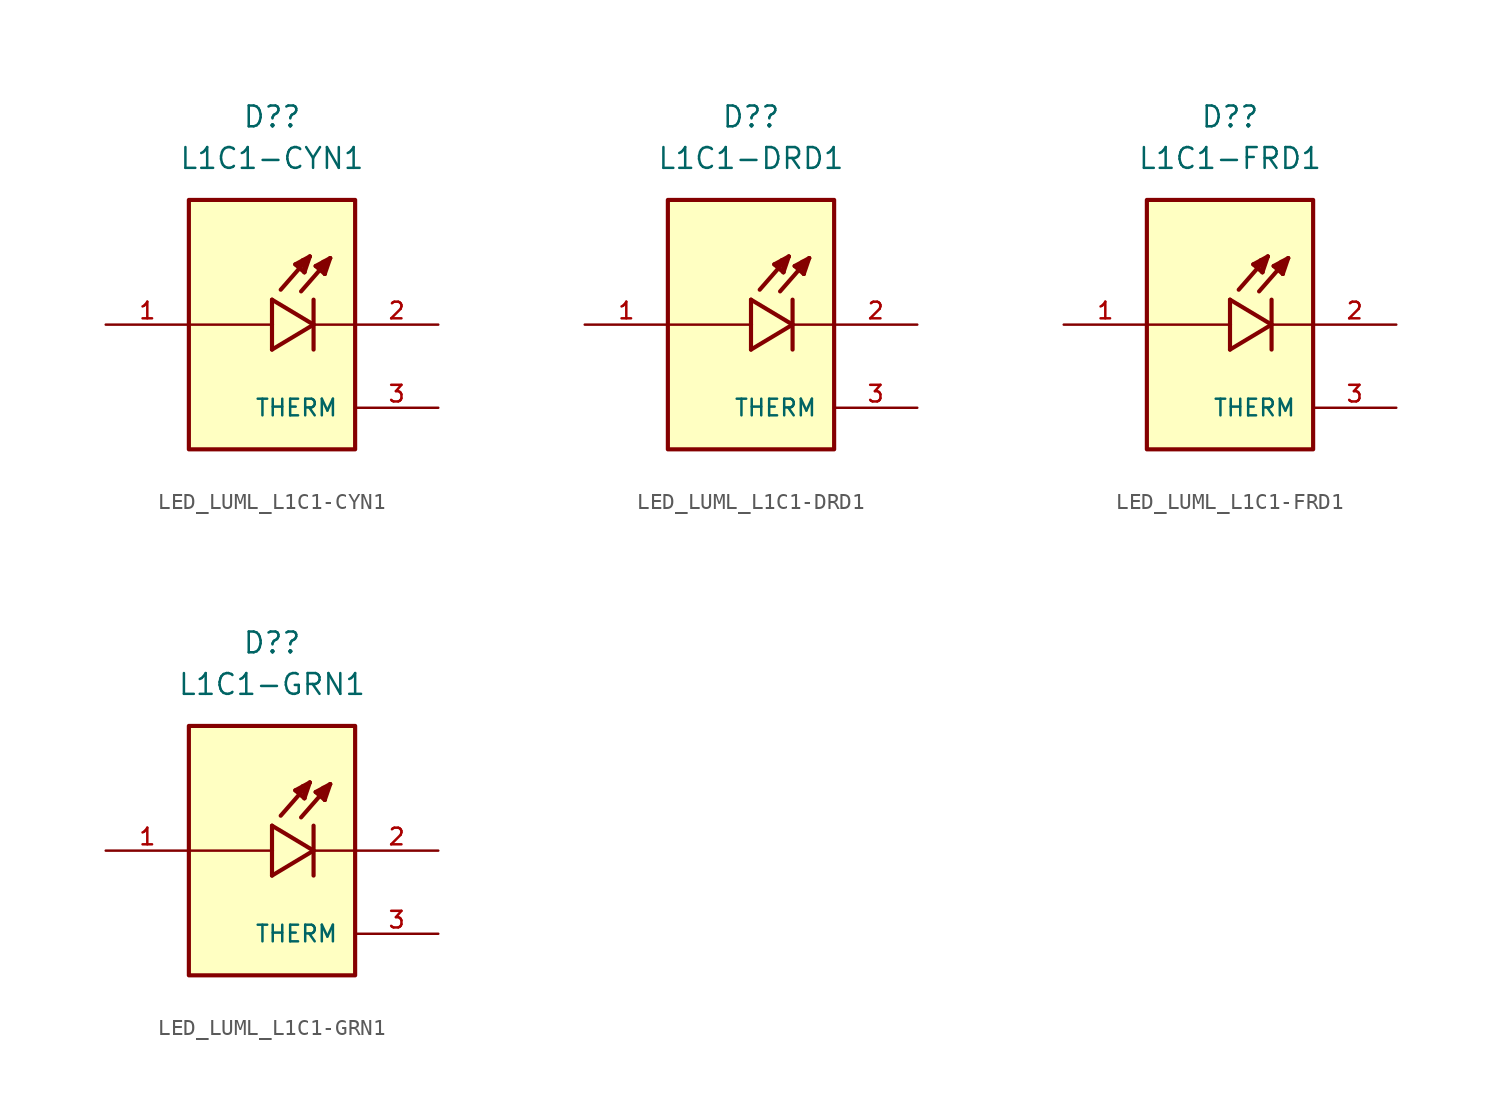
<source format=kicad_sym>
(kicad_symbol_lib
  (version 20231120)
  (generator "kicad_symbol_editor")
  (generator_version "8.0")
  (symbol "LED_LUML_L1C1-CYN1"
    (pin_names
      (offset 1.016))
    (property "Reference" "D?"
      (at 0 12.7 0)
      (effects (font (size 1.27 1.27))))
    (property "Value" "L1C1-CYN1"
      (at 0 10.16 0)
      (effects (font (size 1.27 1.27))))
    (symbol "LED_LUML_L1C1-CYN1_0_0"
      (rectangle (start -5.08 -7.62) (end 5.08 7.62) (stroke (width 0.254) (type default)) (fill (type background)))
      (polyline (pts (xy 0 -1.524) (xy 2.54 0)) (stroke (width 0.254) (type default)) (fill (type none)))
      (polyline (pts (xy 0 0) (xy -5.08 0)) (stroke (width 0.152) (type default)) (fill (type none)))
      (polyline (pts (xy 0 0) (xy 0 -1.524)) (stroke (width 0.254) (type default)) (fill (type none)))
      (polyline (pts (xy 0 1.524) (xy 0 0)) (stroke (width 0.254) (type default)) (fill (type none)))
      (polyline (pts (xy 1.422 3.683) (xy 2.311 4.166)) (stroke (width 0.254) (type default)) (fill (type none)))
      (polyline (pts (xy 1.6 3.607) (xy 1.829 3.759)) (stroke (width 0.254) (type default)) (fill (type none)))
      (polyline (pts (xy 1.981 3.2) (xy 1.422 3.683)) (stroke (width 0.254) (type default)) (fill (type none)))
      (polyline (pts (xy 1.981 3.2) (xy 2.007 3.937)) (stroke (width 0.254) (type default)) (fill (type none)))
      (polyline (pts (xy 2.007 3.937) (xy 1.88 3.937)) (stroke (width 0.254) (type default)) (fill (type none)))
      (polyline (pts (xy 2.311 4.166) (xy 0.533 2.134)) (stroke (width 0.254) (type default)) (fill (type none)))
      (polyline (pts (xy 2.311 4.166) (xy 1.981 3.2)) (stroke (width 0.254) (type default)) (fill (type none)))
      (polyline (pts (xy 2.54 0) (xy 0 1.524)) (stroke (width 0.254) (type default)) (fill (type none)))
      (polyline (pts (xy 2.54 0) (xy 2.54 -1.524)) (stroke (width 0.254) (type default)) (fill (type none)))
      (polyline (pts (xy 2.54 1.524) (xy 2.54 0)) (stroke (width 0.254) (type default)) (fill (type none)))
      (polyline (pts (xy 2.667 3.581) (xy 3.556 4.064)) (stroke (width 0.254) (type default)) (fill (type none)))
      (polyline (pts (xy 2.845 3.505) (xy 3.073 3.658)) (stroke (width 0.254) (type default)) (fill (type none)))
      (polyline (pts (xy 3.226 3.099) (xy 2.667 3.581)) (stroke (width 0.254) (type default)) (fill (type none)))
      (polyline (pts (xy 3.226 3.099) (xy 3.251 3.835)) (stroke (width 0.254) (type default)) (fill (type none)))
      (polyline (pts (xy 3.251 3.835) (xy 3.124 3.835)) (stroke (width 0.254) (type default)) (fill (type none)))
      (polyline (pts (xy 3.556 4.064) (xy 1.778 2.032)) (stroke (width 0.254) (type default)) (fill (type none)))
      (polyline (pts (xy 3.556 4.064) (xy 3.226 3.099)) (stroke (width 0.254) (type default)) (fill (type none)))
      (polyline (pts (xy 5.08 0) (xy 2.54 0)) (stroke (width 0.152) (type default)) (fill (type none)))
      (pin passive line (at 10.16 -5.08 180) (length 5.08) (name "THERM" (effects (font (size 1.016 1.016)))) (number "3" (effects (font (size 1.016 1.016))))))
    (symbol "LED_LUML_L1C1-CYN1_1_0"
      (pin passive line (at -10.16 0 0) (length 5.08) (name "~" (effects (font (size 1.016 1.016)))) (number "1" (effects (font (size 1.016 1.016)))))
      (pin passive line (at 10.16 0 180) (length 5.08) (name "~" (effects (font (size 1.016 1.016)))) (number "2" (effects (font (size 1.016 1.016)))))))
  (symbol "LED_LUML_L1C1-DRD1"
    (pin_names
      (offset 1.016))
    (property "Reference" "D?"
      (at 0 12.7 0)
      (effects (font (size 1.27 1.27))))
    (property "Value" "L1C1-DRD1"
      (at 0 10.16 0)
      (effects (font (size 1.27 1.27))))
    (symbol "LED_LUML_L1C1-DRD1_0_0"
      (rectangle (start -5.08 -7.62) (end 5.08 7.62) (stroke (width 0.254) (type default)) (fill (type background)))
      (polyline (pts (xy 0 -1.524) (xy 2.54 0)) (stroke (width 0.254) (type default)) (fill (type none)))
      (polyline (pts (xy 0 0) (xy -5.08 0)) (stroke (width 0.152) (type default)) (fill (type none)))
      (polyline (pts (xy 0 0) (xy 0 -1.524)) (stroke (width 0.254) (type default)) (fill (type none)))
      (polyline (pts (xy 0 1.524) (xy 0 0)) (stroke (width 0.254) (type default)) (fill (type none)))
      (polyline (pts (xy 1.422 3.683) (xy 2.311 4.166)) (stroke (width 0.254) (type default)) (fill (type none)))
      (polyline (pts (xy 1.6 3.607) (xy 1.829 3.759)) (stroke (width 0.254) (type default)) (fill (type none)))
      (polyline (pts (xy 1.981 3.2) (xy 1.422 3.683)) (stroke (width 0.254) (type default)) (fill (type none)))
      (polyline (pts (xy 1.981 3.2) (xy 2.007 3.937)) (stroke (width 0.254) (type default)) (fill (type none)))
      (polyline (pts (xy 2.007 3.937) (xy 1.88 3.937)) (stroke (width 0.254) (type default)) (fill (type none)))
      (polyline (pts (xy 2.311 4.166) (xy 0.533 2.134)) (stroke (width 0.254) (type default)) (fill (type none)))
      (polyline (pts (xy 2.311 4.166) (xy 1.981 3.2)) (stroke (width 0.254) (type default)) (fill (type none)))
      (polyline (pts (xy 2.54 0) (xy 0 1.524)) (stroke (width 0.254) (type default)) (fill (type none)))
      (polyline (pts (xy 2.54 0) (xy 2.54 -1.524)) (stroke (width 0.254) (type default)) (fill (type none)))
      (polyline (pts (xy 2.54 1.524) (xy 2.54 0)) (stroke (width 0.254) (type default)) (fill (type none)))
      (polyline (pts (xy 2.667 3.581) (xy 3.556 4.064)) (stroke (width 0.254) (type default)) (fill (type none)))
      (polyline (pts (xy 2.845 3.505) (xy 3.073 3.658)) (stroke (width 0.254) (type default)) (fill (type none)))
      (polyline (pts (xy 3.226 3.099) (xy 2.667 3.581)) (stroke (width 0.254) (type default)) (fill (type none)))
      (polyline (pts (xy 3.226 3.099) (xy 3.251 3.835)) (stroke (width 0.254) (type default)) (fill (type none)))
      (polyline (pts (xy 3.251 3.835) (xy 3.124 3.835)) (stroke (width 0.254) (type default)) (fill (type none)))
      (polyline (pts (xy 3.556 4.064) (xy 1.778 2.032)) (stroke (width 0.254) (type default)) (fill (type none)))
      (polyline (pts (xy 3.556 4.064) (xy 3.226 3.099)) (stroke (width 0.254) (type default)) (fill (type none)))
      (polyline (pts (xy 5.08 0) (xy 2.54 0)) (stroke (width 0.152) (type default)) (fill (type none)))
      (pin passive line (at 10.16 -5.08 180) (length 5.08) (name "THERM" (effects (font (size 1.016 1.016)))) (number "3" (effects (font (size 1.016 1.016))))))
    (symbol "LED_LUML_L1C1-DRD1_1_0"
      (pin passive line (at -10.16 0 0) (length 5.08) (name "~" (effects (font (size 1.016 1.016)))) (number "1" (effects (font (size 1.016 1.016)))))
      (pin passive line (at 10.16 0 180) (length 5.08) (name "~" (effects (font (size 1.016 1.016)))) (number "2" (effects (font (size 1.016 1.016)))))))
  (symbol "LED_LUML_L1C1-FRD1"
    (pin_names
      (offset 1.016))
    (property "Reference" "D?"
      (at 0 12.7 0)
      (effects (font (size 1.27 1.27))))
    (property "Value" "L1C1-FRD1"
      (at 0 10.16 0)
      (effects (font (size 1.27 1.27))))
    (symbol "LED_LUML_L1C1-FRD1_0_0"
      (rectangle (start -5.08 -7.62) (end 5.08 7.62) (stroke (width 0.254) (type default)) (fill (type background)))
      (polyline (pts (xy 0 -1.524) (xy 2.54 0)) (stroke (width 0.254) (type default)) (fill (type none)))
      (polyline (pts (xy 0 0) (xy -5.08 0)) (stroke (width 0.152) (type default)) (fill (type none)))
      (polyline (pts (xy 0 0) (xy 0 -1.524)) (stroke (width 0.254) (type default)) (fill (type none)))
      (polyline (pts (xy 0 1.524) (xy 0 0)) (stroke (width 0.254) (type default)) (fill (type none)))
      (polyline (pts (xy 1.422 3.683) (xy 2.311 4.166)) (stroke (width 0.254) (type default)) (fill (type none)))
      (polyline (pts (xy 1.6 3.607) (xy 1.829 3.759)) (stroke (width 0.254) (type default)) (fill (type none)))
      (polyline (pts (xy 1.981 3.2) (xy 1.422 3.683)) (stroke (width 0.254) (type default)) (fill (type none)))
      (polyline (pts (xy 1.981 3.2) (xy 2.007 3.937)) (stroke (width 0.254) (type default)) (fill (type none)))
      (polyline (pts (xy 2.007 3.937) (xy 1.88 3.937)) (stroke (width 0.254) (type default)) (fill (type none)))
      (polyline (pts (xy 2.311 4.166) (xy 0.533 2.134)) (stroke (width 0.254) (type default)) (fill (type none)))
      (polyline (pts (xy 2.311 4.166) (xy 1.981 3.2)) (stroke (width 0.254) (type default)) (fill (type none)))
      (polyline (pts (xy 2.54 0) (xy 0 1.524)) (stroke (width 0.254) (type default)) (fill (type none)))
      (polyline (pts (xy 2.54 0) (xy 2.54 -1.524)) (stroke (width 0.254) (type default)) (fill (type none)))
      (polyline (pts (xy 2.54 1.524) (xy 2.54 0)) (stroke (width 0.254) (type default)) (fill (type none)))
      (polyline (pts (xy 2.667 3.581) (xy 3.556 4.064)) (stroke (width 0.254) (type default)) (fill (type none)))
      (polyline (pts (xy 2.845 3.505) (xy 3.073 3.658)) (stroke (width 0.254) (type default)) (fill (type none)))
      (polyline (pts (xy 3.226 3.099) (xy 2.667 3.581)) (stroke (width 0.254) (type default)) (fill (type none)))
      (polyline (pts (xy 3.226 3.099) (xy 3.251 3.835)) (stroke (width 0.254) (type default)) (fill (type none)))
      (polyline (pts (xy 3.251 3.835) (xy 3.124 3.835)) (stroke (width 0.254) (type default)) (fill (type none)))
      (polyline (pts (xy 3.556 4.064) (xy 1.778 2.032)) (stroke (width 0.254) (type default)) (fill (type none)))
      (polyline (pts (xy 3.556 4.064) (xy 3.226 3.099)) (stroke (width 0.254) (type default)) (fill (type none)))
      (polyline (pts (xy 5.08 0) (xy 2.54 0)) (stroke (width 0.152) (type default)) (fill (type none)))
      (pin passive line (at 10.16 -5.08 180) (length 5.08) (name "THERM" (effects (font (size 1.016 1.016)))) (number "3" (effects (font (size 1.016 1.016))))))
    (symbol "LED_LUML_L1C1-FRD1_1_0"
      (pin passive line (at -10.16 0 0) (length 5.08) (name "~" (effects (font (size 1.016 1.016)))) (number "1" (effects (font (size 1.016 1.016)))))
      (pin passive line (at 10.16 0 180) (length 5.08) (name "~" (effects (font (size 1.016 1.016)))) (number "2" (effects (font (size 1.016 1.016)))))))
  (symbol "LED_LUML_L1C1-GRN1"
    (pin_names
      (offset 1.016))
    (property "Reference" "D?"
      (at 0 12.7 0)
      (effects (font (size 1.27 1.27))))
    (property "Value" "L1C1-GRN1"
      (at 0 10.16 0)
      (effects (font (size 1.27 1.27))))
    (symbol "LED_LUML_L1C1-GRN1_0_0"
      (rectangle (start -5.08 -7.62) (end 5.08 7.62) (stroke (width 0.254) (type default)) (fill (type background)))
      (polyline (pts (xy 0 -1.524) (xy 2.54 0)) (stroke (width 0.254) (type default)) (fill (type none)))
      (polyline (pts (xy 0 0) (xy -5.08 0)) (stroke (width 0.152) (type default)) (fill (type none)))
      (polyline (pts (xy 0 0) (xy 0 -1.524)) (stroke (width 0.254) (type default)) (fill (type none)))
      (polyline (pts (xy 0 1.524) (xy 0 0)) (stroke (width 0.254) (type default)) (fill (type none)))
      (polyline (pts (xy 1.422 3.683) (xy 2.311 4.166)) (stroke (width 0.254) (type default)) (fill (type none)))
      (polyline (pts (xy 1.6 3.607) (xy 1.829 3.759)) (stroke (width 0.254) (type default)) (fill (type none)))
      (polyline (pts (xy 1.981 3.2) (xy 1.422 3.683)) (stroke (width 0.254) (type default)) (fill (type none)))
      (polyline (pts (xy 1.981 3.2) (xy 2.007 3.937)) (stroke (width 0.254) (type default)) (fill (type none)))
      (polyline (pts (xy 2.007 3.937) (xy 1.88 3.937)) (stroke (width 0.254) (type default)) (fill (type none)))
      (polyline (pts (xy 2.311 4.166) (xy 0.533 2.134)) (stroke (width 0.254) (type default)) (fill (type none)))
      (polyline (pts (xy 2.311 4.166) (xy 1.981 3.2)) (stroke (width 0.254) (type default)) (fill (type none)))
      (polyline (pts (xy 2.54 0) (xy 0 1.524)) (stroke (width 0.254) (type default)) (fill (type none)))
      (polyline (pts (xy 2.54 0) (xy 2.54 -1.524)) (stroke (width 0.254) (type default)) (fill (type none)))
      (polyline (pts (xy 2.54 1.524) (xy 2.54 0)) (stroke (width 0.254) (type default)) (fill (type none)))
      (polyline (pts (xy 2.667 3.581) (xy 3.556 4.064)) (stroke (width 0.254) (type default)) (fill (type none)))
      (polyline (pts (xy 2.845 3.505) (xy 3.073 3.658)) (stroke (width 0.254) (type default)) (fill (type none)))
      (polyline (pts (xy 3.226 3.099) (xy 2.667 3.581)) (stroke (width 0.254) (type default)) (fill (type none)))
      (polyline (pts (xy 3.226 3.099) (xy 3.251 3.835)) (stroke (width 0.254) (type default)) (fill (type none)))
      (polyline (pts (xy 3.251 3.835) (xy 3.124 3.835)) (stroke (width 0.254) (type default)) (fill (type none)))
      (polyline (pts (xy 3.556 4.064) (xy 1.778 2.032)) (stroke (width 0.254) (type default)) (fill (type none)))
      (polyline (pts (xy 3.556 4.064) (xy 3.226 3.099)) (stroke (width 0.254) (type default)) (fill (type none)))
      (polyline (pts (xy 5.08 0) (xy 2.54 0)) (stroke (width 0.152) (type default)) (fill (type none)))
      (pin passive line (at 10.16 -5.08 180) (length 5.08) (name "THERM" (effects (font (size 1.016 1.016)))) (number "3" (effects (font (size 1.016 1.016))))))
    (symbol "LED_LUML_L1C1-GRN1_1_0"
      (pin passive line (at -10.16 0 0) (length 5.08) (name "~" (effects (font (size 1.016 1.016)))) (number "1" (effects (font (size 1.016 1.016)))))
      (pin passive line (at 10.16 0 180) (length 5.08) (name "~" (effects (font (size 1.016 1.016)))) (number "2" (effects (font (size 1.016 1.016))))))))
</source>
